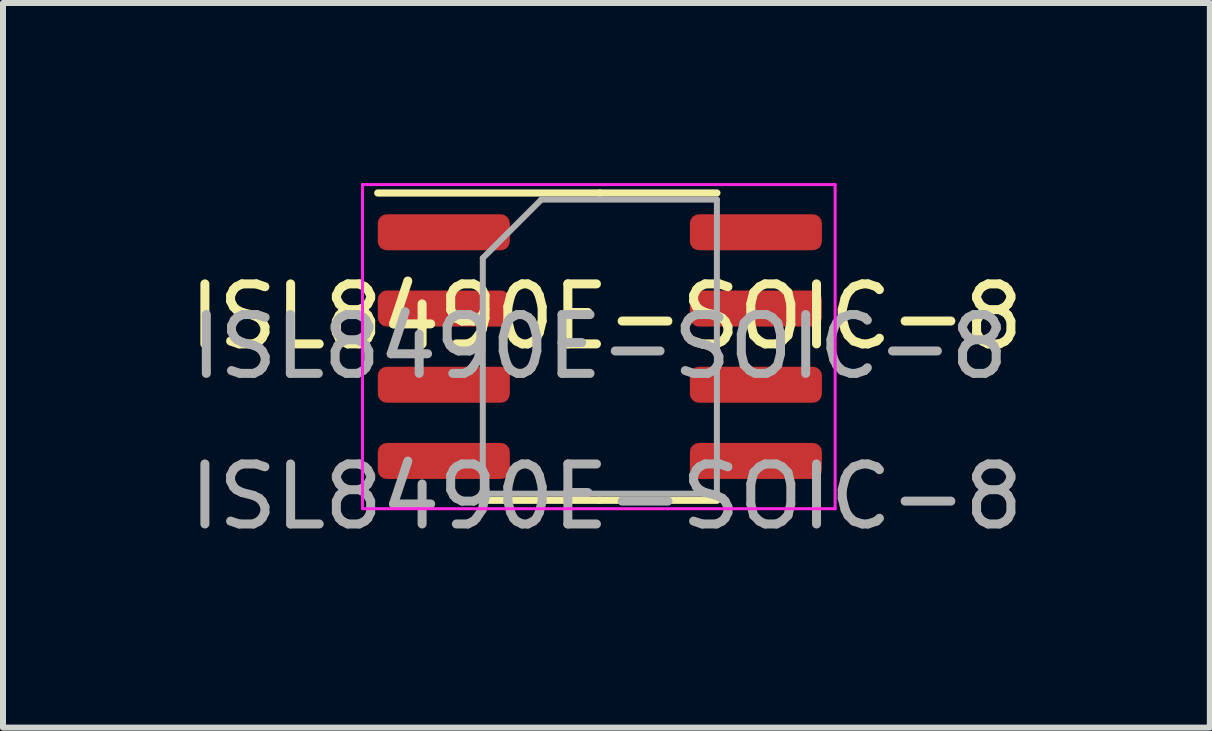
<source format=kicad_pcb>
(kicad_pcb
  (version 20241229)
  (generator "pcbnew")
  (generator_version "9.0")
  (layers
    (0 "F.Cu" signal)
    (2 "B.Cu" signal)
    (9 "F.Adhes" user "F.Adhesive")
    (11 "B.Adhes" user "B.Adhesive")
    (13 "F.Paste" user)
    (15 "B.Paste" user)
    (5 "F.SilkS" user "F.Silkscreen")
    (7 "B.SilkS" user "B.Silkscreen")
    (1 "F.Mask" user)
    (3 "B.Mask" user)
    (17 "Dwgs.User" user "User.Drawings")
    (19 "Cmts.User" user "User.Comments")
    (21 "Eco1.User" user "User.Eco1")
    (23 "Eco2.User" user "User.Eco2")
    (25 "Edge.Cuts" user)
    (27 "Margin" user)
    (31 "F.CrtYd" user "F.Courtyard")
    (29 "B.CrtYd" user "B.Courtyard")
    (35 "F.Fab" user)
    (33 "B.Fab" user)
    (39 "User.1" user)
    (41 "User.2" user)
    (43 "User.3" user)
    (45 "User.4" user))
  (footprint "ISL8490E-SOIC-8"
    (layer "F.Cu")
    (at 7.054 2.725)
    (property "Reference" "ISL8490E-SOIC-8" (at 0 -0.5 0) (unlocked yes) (layer "F.SilkS") (effects (font (size 1 1) (thickness 0.15))))
    (attr smd)
    (fp_line (start -0.11 -2.56) (end -3.81 -2.56) (stroke (width 0.12) (type solid)) (layer "F.SilkS"))
    (fp_line (start -0.11 -2.56) (end 1.84 -2.56) (stroke (width 0.12) (type solid)) (layer "F.SilkS"))
    (fp_line (start -0.11 2.56) (end -2.06 2.56) (stroke (width 0.12) (type solid)) (layer "F.SilkS"))
    (fp_line (start -0.11 2.56) (end 1.84 2.56) (stroke (width 0.12) (type solid)) (layer "F.SilkS"))
    (fp_line (start -4.064 -2.7) (end -4.064 2.7) (stroke (width 0.05) (type solid)) (layer "F.CrtYd"))
    (fp_line (start -4.064 2.7) (end 3.81 2.7) (stroke (width 0.05) (type solid)) (layer "F.CrtYd"))
    (fp_line (start 3.81 -2.7) (end -4.064 -2.7) (stroke (width 0.05) (type solid)) (layer "F.CrtYd"))
    (fp_line (start 3.81 2.7) (end 3.81 -2.7) (stroke (width 0.05) (type solid)) (layer "F.CrtYd"))
    (fp_line (start -2.06 -1.475) (end -1.085 -2.45) (stroke (width 0.1) (type solid)) (layer "F.Fab"))
    (fp_line (start -2.06 2.45) (end -2.06 -1.475) (stroke (width 0.1) (type solid)) (layer "F.Fab"))
    (fp_line (start -1.085 -2.45) (end 1.84 -2.45) (stroke (width 0.1) (type solid)) (layer "F.Fab"))
    (fp_line (start 1.84 -2.45) (end 1.84 2.45) (stroke (width 0.1) (type solid)) (layer "F.Fab"))
    (fp_line (start 1.84 2.45) (end -2.06 2.45) (stroke (width 0.1) (type solid)) (layer "F.Fab"))
    (fp_text user "${REFERENCE}" (at -0.11 0 0) (layer "F.Fab") (effects (font (size 0.98 0.98) (thickness 0.15))))
    (fp_text user "${REFERENCE}" (at 0 2.5 0) (unlocked yes) (layer "F.Fab") (effects (font (size 1 1) (thickness 0.15))))
    (pad "1" smd roundrect (at -2.71 -1.905) (size 2.2 0.6) (layers "F.Cu" "F.Mask" "F.Paste") (roundrect_rratio 0.25))
    (pad "2" smd roundrect (at -2.71 -0.635) (size 2.2 0.6) (layers "F.Cu" "F.Mask" "F.Paste") (roundrect_rratio 0.25))
    (pad "3" smd roundrect (at -2.71 0.635) (size 2.2 0.6) (layers "F.Cu" "F.Mask" "F.Paste") (roundrect_rratio 0.25))
    (pad "4" smd roundrect (at -2.71 1.905) (size 2.2 0.6) (layers "F.Cu" "F.Mask" "F.Paste") (roundrect_rratio 0.25))
    (pad "5" smd roundrect (at 2.49 1.905) (size 2.2 0.6) (layers "F.Cu" "F.Mask" "F.Paste") (roundrect_rratio 0.25))
    (pad "6" smd roundrect (at 2.49 0.635) (size 2.2 0.6) (layers "F.Cu" "F.Mask" "F.Paste") (roundrect_rratio 0.25))
    (pad "7" smd roundrect (at 2.49 -0.635) (size 2.2 0.6) (layers "F.Cu" "F.Mask" "F.Paste") (roundrect_rratio 0.25))
    (pad "8" smd roundrect (at 2.49 -1.905) (size 2.2 0.6) (layers "F.Cu" "F.Mask" "F.Paste") (roundrect_rratio 0.25)))
  (gr_rect
    (start -3 -3)
    (end 17.107 9.073)
    (stroke (width 0.1) (type default))
    (fill no)
    (layer "Edge.Cuts")))
</source>
